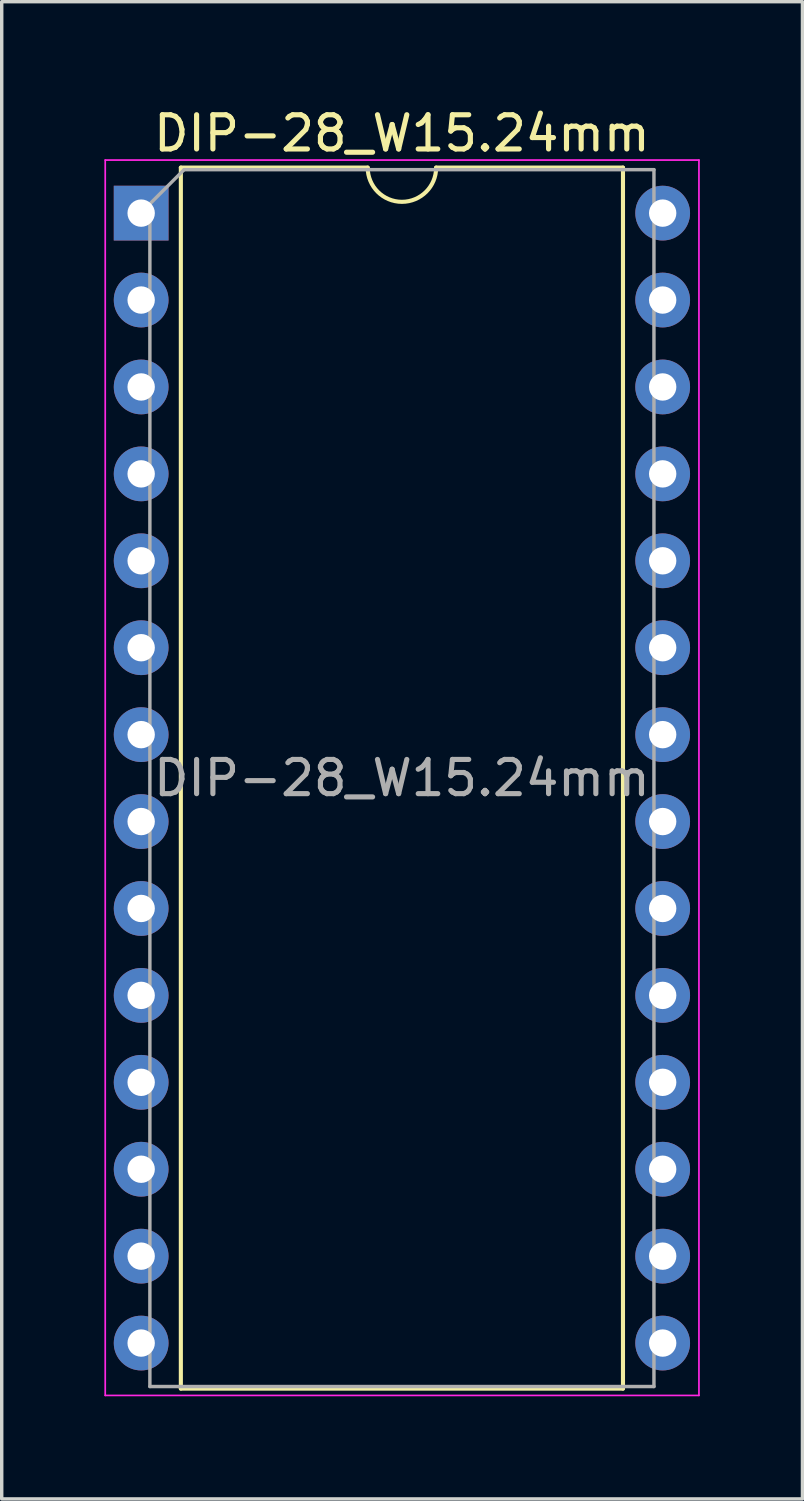
<source format=kicad_pcb>
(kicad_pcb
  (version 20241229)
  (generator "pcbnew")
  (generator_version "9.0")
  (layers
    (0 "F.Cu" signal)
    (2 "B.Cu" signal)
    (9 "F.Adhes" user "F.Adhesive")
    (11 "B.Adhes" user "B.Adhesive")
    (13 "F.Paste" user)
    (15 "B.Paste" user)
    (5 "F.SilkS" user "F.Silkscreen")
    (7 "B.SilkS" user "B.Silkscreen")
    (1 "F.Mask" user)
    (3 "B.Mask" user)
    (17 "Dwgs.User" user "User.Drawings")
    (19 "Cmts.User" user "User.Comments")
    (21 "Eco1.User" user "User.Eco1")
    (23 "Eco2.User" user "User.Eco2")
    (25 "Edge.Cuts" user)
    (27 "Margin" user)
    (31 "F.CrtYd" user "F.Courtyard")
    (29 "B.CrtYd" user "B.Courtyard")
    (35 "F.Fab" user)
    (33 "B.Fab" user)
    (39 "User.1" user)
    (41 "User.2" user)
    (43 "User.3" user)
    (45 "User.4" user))
  (footprint "DIP-28_W15.24mm"
    (layer "F.Cu")
    (at 1.075 3.178)
    (property "Reference" "DIP-28_W15.24mm" (at 7.62 -2.33 0) (layer "F.SilkS") (effects (font (size 1 1) (thickness 0.15))))
    (attr through_hole)
    (fp_line (start 1.16 -1.33) (end 1.16 34.35) (stroke (width 0.12) (type solid)) (layer "F.SilkS"))
    (fp_line (start 1.16 34.35) (end 14.08 34.35) (stroke (width 0.12) (type solid)) (layer "F.SilkS"))
    (fp_line (start 6.62 -1.33) (end 1.16 -1.33) (stroke (width 0.12) (type solid)) (layer "F.SilkS"))
    (fp_line (start 14.08 -1.33) (end 8.62 -1.33) (stroke (width 0.12) (type solid)) (layer "F.SilkS"))
    (fp_line (start 14.08 34.35) (end 14.08 -1.33) (stroke (width 0.12) (type solid)) (layer "F.SilkS"))
    (fp_arc (start 8.62 -1.33) (mid 7.62 -0.33) (end 6.62 -1.33) (stroke (width 0.12) (type solid)) (layer "F.SilkS"))
    (fp_line (start -1.05 -1.55) (end -1.05 34.55) (stroke (width 0.05) (type solid)) (layer "F.CrtYd"))
    (fp_line (start -1.05 34.55) (end 16.3 34.55) (stroke (width 0.05) (type solid)) (layer "F.CrtYd"))
    (fp_line (start 16.3 -1.55) (end -1.05 -1.55) (stroke (width 0.05) (type solid)) (layer "F.CrtYd"))
    (fp_line (start 16.3 34.55) (end 16.3 -1.55) (stroke (width 0.05) (type solid)) (layer "F.CrtYd"))
    (fp_line (start 0.255 -0.27) (end 1.255 -1.27) (stroke (width 0.1) (type solid)) (layer "F.Fab"))
    (fp_line (start 0.255 34.29) (end 0.255 -0.27) (stroke (width 0.1) (type solid)) (layer "F.Fab"))
    (fp_line (start 1.255 -1.27) (end 14.985 -1.27) (stroke (width 0.1) (type solid)) (layer "F.Fab"))
    (fp_line (start 14.985 -1.27) (end 14.985 34.29) (stroke (width 0.1) (type solid)) (layer "F.Fab"))
    (fp_line (start 14.985 34.29) (end 0.255 34.29) (stroke (width 0.1) (type solid)) (layer "F.Fab"))
    (fp_text user "${REFERENCE}" (at 7.62 16.51 0) (layer "F.Fab") (effects (font (size 1 1) (thickness 0.15))))
    (pad "1" thru_hole rect (at 0 0) (size 1.6 1.6) (drill 0.8) (layers "*.Cu" "*.Mask"))
    (pad "2" thru_hole oval (at 0 2.54) (size 1.6 1.6) (drill 0.8) (layers "*.Cu" "*.Mask"))
    (pad "3" thru_hole oval (at 0 5.08) (size 1.6 1.6) (drill 0.8) (layers "*.Cu" "*.Mask"))
    (pad "4" thru_hole oval (at 0 7.62) (size 1.6 1.6) (drill 0.8) (layers "*.Cu" "*.Mask"))
    (pad "5" thru_hole oval (at 0 10.16) (size 1.6 1.6) (drill 0.8) (layers "*.Cu" "*.Mask"))
    (pad "6" thru_hole oval (at 0 12.7) (size 1.6 1.6) (drill 0.8) (layers "*.Cu" "*.Mask"))
    (pad "7" thru_hole oval (at 0 15.24) (size 1.6 1.6) (drill 0.8) (layers "*.Cu" "*.Mask"))
    (pad "8" thru_hole oval (at 0 17.78) (size 1.6 1.6) (drill 0.8) (layers "*.Cu" "*.Mask"))
    (pad "9" thru_hole oval (at 0 20.32) (size 1.6 1.6) (drill 0.8) (layers "*.Cu" "*.Mask"))
    (pad "10" thru_hole oval (at 0 22.86) (size 1.6 1.6) (drill 0.8) (layers "*.Cu" "*.Mask"))
    (pad "11" thru_hole oval (at 0 25.4) (size 1.6 1.6) (drill 0.8) (layers "*.Cu" "*.Mask"))
    (pad "12" thru_hole oval (at 0 27.94) (size 1.6 1.6) (drill 0.8) (layers "*.Cu" "*.Mask"))
    (pad "13" thru_hole oval (at 0 30.48) (size 1.6 1.6) (drill 0.8) (layers "*.Cu" "*.Mask"))
    (pad "14" thru_hole oval (at 0 33.02) (size 1.6 1.6) (drill 0.8) (layers "*.Cu" "*.Mask"))
    (pad "15" thru_hole oval (at 15.24 33.02) (size 1.6 1.6) (drill 0.8) (layers "*.Cu" "*.Mask"))
    (pad "16" thru_hole oval (at 15.24 30.48) (size 1.6 1.6) (drill 0.8) (layers "*.Cu" "*.Mask"))
    (pad "17" thru_hole oval (at 15.24 27.94) (size 1.6 1.6) (drill 0.8) (layers "*.Cu" "*.Mask"))
    (pad "18" thru_hole oval (at 15.24 25.4) (size 1.6 1.6) (drill 0.8) (layers "*.Cu" "*.Mask"))
    (pad "19" thru_hole oval (at 15.24 22.86) (size 1.6 1.6) (drill 0.8) (layers "*.Cu" "*.Mask"))
    (pad "20" thru_hole oval (at 15.24 20.32) (size 1.6 1.6) (drill 0.8) (layers "*.Cu" "*.Mask"))
    (pad "21" thru_hole oval (at 15.24 17.78) (size 1.6 1.6) (drill 0.8) (layers "*.Cu" "*.Mask"))
    (pad "22" thru_hole oval (at 15.24 15.24) (size 1.6 1.6) (drill 0.8) (layers "*.Cu" "*.Mask"))
    (pad "23" thru_hole oval (at 15.24 12.7) (size 1.6 1.6) (drill 0.8) (layers "*.Cu" "*.Mask"))
    (pad "24" thru_hole oval (at 15.24 10.16) (size 1.6 1.6) (drill 0.8) (layers "*.Cu" "*.Mask"))
    (pad "25" thru_hole oval (at 15.24 7.62) (size 1.6 1.6) (drill 0.8) (layers "*.Cu" "*.Mask"))
    (pad "26" thru_hole oval (at 15.24 5.08) (size 1.6 1.6) (drill 0.8) (layers "*.Cu" "*.Mask"))
    (pad "27" thru_hole oval (at 15.24 2.54) (size 1.6 1.6) (drill 0.8) (layers "*.Cu" "*.Mask"))
    (pad "28" thru_hole oval (at 15.24 0) (size 1.6 1.6) (drill 0.8) (layers "*.Cu" "*.Mask")))
  (gr_rect
    (start -3 -3)
    (end 20.4 40.753)
    (stroke (width 0.1) (type default))
    (fill no)
    (layer "Edge.Cuts")))
</source>
